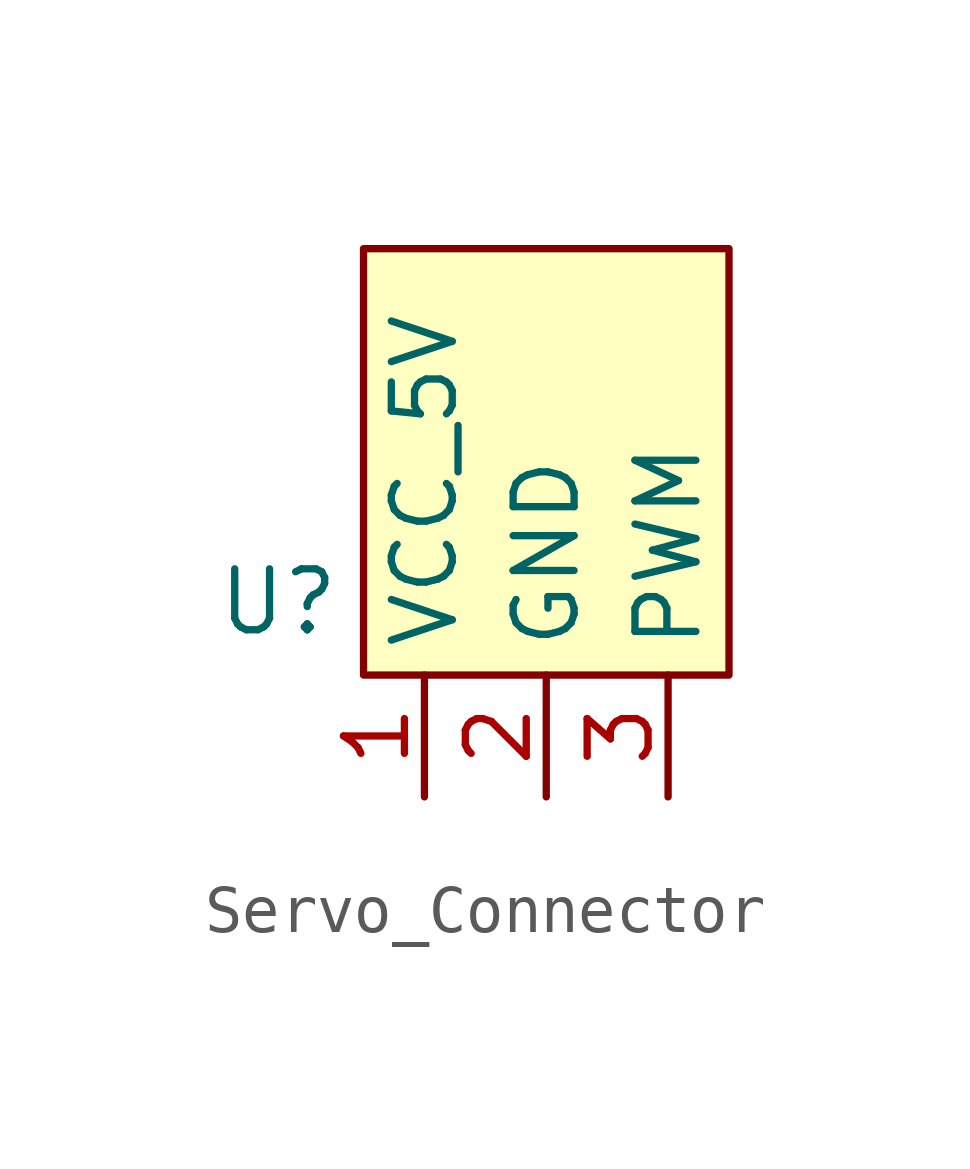
<source format=kicad_sym>
(kicad_symbol_lib
  (version 20231120)
  (generator "kicad_symbol_editor")
  (generator_version "8.0")
  (symbol "Servo_Connector"
    (property "Reference" "U"
      (at -1.778 1.524 0)
      (effects (font (size 1.27 1.27))))
    (property "Value" ""
      (at 0 0 0)
      (effects (font (size 1.27 1.27))))
    (symbol "Servo_Connector_1_1"
      (rectangle (start 0 8.89) (end 7.62 0) (stroke (width 0) (type default)) (fill (type background)))
      (pin input line (at 1.27 -2.54 90) (length 2.54) (name "VCC_5V" (effects (font (size 1.27 1.27)))) (number "1" (effects (font (size 1.27 1.27)))))
      (pin input line (at 3.81 -2.54 90) (length 2.54) (name "GND" (effects (font (size 1.27 1.27)))) (number "2" (effects (font (size 1.27 1.27)))))
      (pin input line (at 6.35 -2.54 90) (length 2.54) (name "PWM" (effects (font (size 1.27 1.27)))) (number "3" (effects (font (size 1.27 1.27))))))))
</source>
